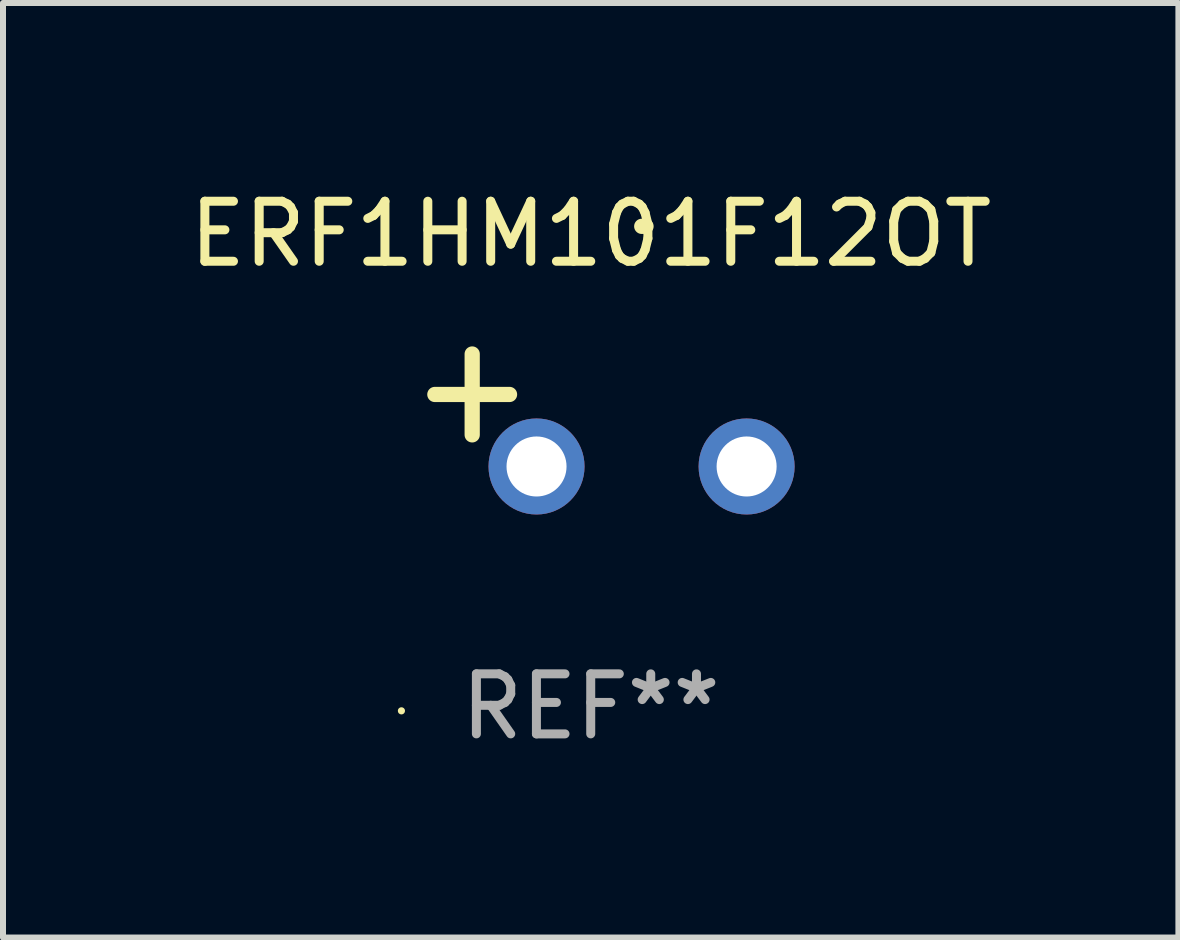
<source format=kicad_pcb>
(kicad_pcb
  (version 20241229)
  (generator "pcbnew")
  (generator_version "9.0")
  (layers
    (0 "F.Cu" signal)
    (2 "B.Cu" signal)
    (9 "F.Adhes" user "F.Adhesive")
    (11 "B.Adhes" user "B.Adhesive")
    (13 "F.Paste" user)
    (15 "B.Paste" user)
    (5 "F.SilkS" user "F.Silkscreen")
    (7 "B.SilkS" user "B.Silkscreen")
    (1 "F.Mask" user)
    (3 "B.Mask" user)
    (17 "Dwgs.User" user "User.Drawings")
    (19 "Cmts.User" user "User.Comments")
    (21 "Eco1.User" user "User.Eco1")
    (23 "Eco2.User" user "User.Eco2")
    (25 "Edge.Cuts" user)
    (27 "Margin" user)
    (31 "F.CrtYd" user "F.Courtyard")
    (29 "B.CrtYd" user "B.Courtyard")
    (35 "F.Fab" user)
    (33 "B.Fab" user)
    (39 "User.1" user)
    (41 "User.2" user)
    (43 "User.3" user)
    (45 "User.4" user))
  (footprint "ERF1HM101F12OT"
    (layer "F.Cu")
    (at 6.792 3.785)
    (property "Reference" "ERF1HM101F12OT" (at 0 -2.937 0) (layer "F.SilkS") (effects (font (size 1 1) (thickness 0.15))))
    (attr through_hole)
    (fp_line (start -1.975 0.41) (end -1.975 -0.937) (stroke (width 0.254) (type solid)) (layer "F.SilkS"))
    (fp_line (start -1.353 -0.263) (end -2.597 -0.263) (stroke (width 0.254) (type solid)) (layer "F.SilkS"))
    (fp_arc (start 0.849809 -3.063957) (mid 0.885369 -3.064114) (end 0.920929 -3.063957) (stroke (width 0.254001) (type solid)) (layer "F.SilkS"))
    (fp_circle (center -3.154 5.008) (end -3.124 5.008) (stroke (width 0.06) (type solid)) (fill no) (layer "F.SilkS"))
    (fp_text user "REF**" (at 0 4.937 0) (layer "F.Fab") (effects (font (size 1 1) (thickness 0.15))))
    (pad "1" thru_hole circle (at -0.903 0.937) (size 1.6 1.6) (drill 1) (layers "*.Cu" "*.Mask"))
    (pad "2" thru_hole circle (at 2.597 0.937) (size 1.6 1.6) (drill 1) (layers "*.Cu" "*.Mask")))
  (gr_rect
    (start -3 -3)
    (end 16.583 12.57)
    (stroke (width 0.1) (type default))
    (fill no)
    (layer "Edge.Cuts")))
</source>
